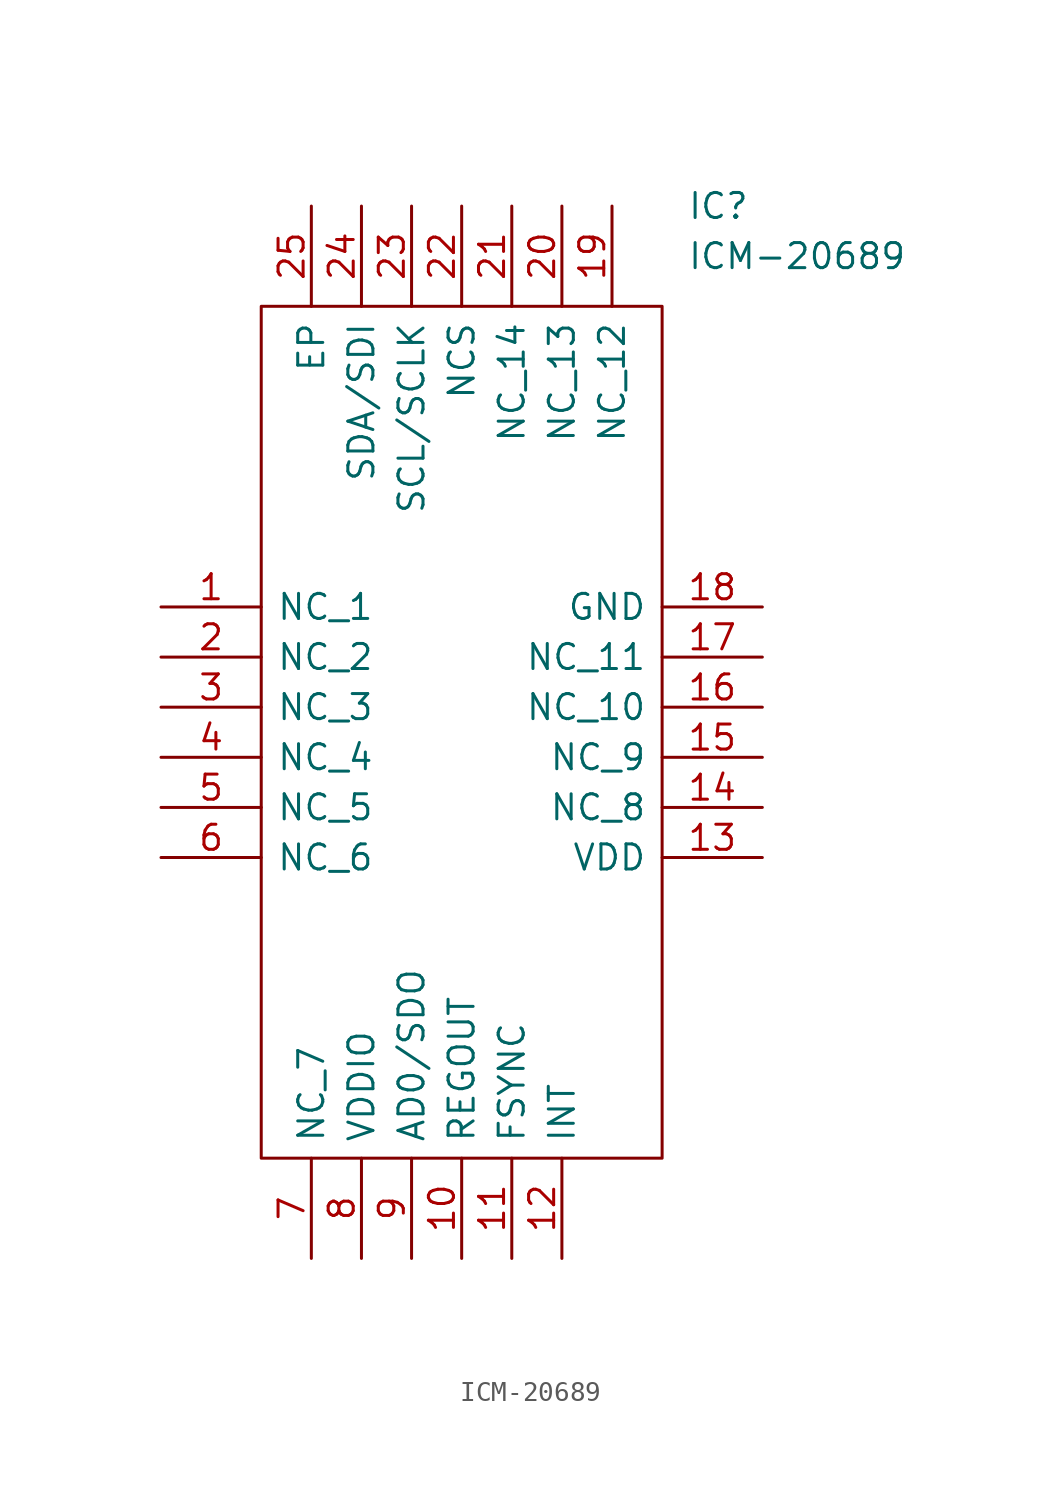
<source format=kicad_sym>
(kicad_symbol_lib
  (version 20211014)
  (generator kicad_symbol_editor)
  (symbol "ICM-20689"
    (pin_names
      (offset 0.762))
    (property "Reference" "IC"
      (at 26.67 20.32 0)
      (effects (font (size 1.27 1.27)) (justify left)))
    (property "Value" "ICM-20689"
      (at 26.67 17.78 0)
      (effects (font (size 1.27 1.27)) (justify left)))
    (symbol "ICM-20689_0_0"
      (pin passive line (at 0 0 0) (length 5.08) (name "NC_1" (effects (font (size 1.27 1.27)))) (number "1" (effects (font (size 1.27 1.27)))))
      (pin passive line (at 15.24 -33.02 90) (length 5.08) (name "REGOUT" (effects (font (size 1.27 1.27)))) (number "10" (effects (font (size 1.27 1.27)))))
      (pin passive line (at 17.78 -33.02 90) (length 5.08) (name "FSYNC" (effects (font (size 1.27 1.27)))) (number "11" (effects (font (size 1.27 1.27)))))
      (pin passive line (at 20.32 -33.02 90) (length 5.08) (name "INT" (effects (font (size 1.27 1.27)))) (number "12" (effects (font (size 1.27 1.27)))))
      (pin passive line (at 30.48 -12.7 180) (length 5.08) (name "VDD" (effects (font (size 1.27 1.27)))) (number "13" (effects (font (size 1.27 1.27)))))
      (pin passive line (at 30.48 -10.16 180) (length 5.08) (name "NC_8" (effects (font (size 1.27 1.27)))) (number "14" (effects (font (size 1.27 1.27)))))
      (pin passive line (at 30.48 -7.62 180) (length 5.08) (name "NC_9" (effects (font (size 1.27 1.27)))) (number "15" (effects (font (size 1.27 1.27)))))
      (pin passive line (at 30.48 -5.08 180) (length 5.08) (name "NC_10" (effects (font (size 1.27 1.27)))) (number "16" (effects (font (size 1.27 1.27)))))
      (pin passive line (at 30.48 -2.54 180) (length 5.08) (name "NC_11" (effects (font (size 1.27 1.27)))) (number "17" (effects (font (size 1.27 1.27)))))
      (pin passive line (at 30.48 0 180) (length 5.08) (name "GND" (effects (font (size 1.27 1.27)))) (number "18" (effects (font (size 1.27 1.27)))))
      (pin passive line (at 22.86 20.32 270) (length 5.08) (name "NC_12" (effects (font (size 1.27 1.27)))) (number "19" (effects (font (size 1.27 1.27)))))
      (pin passive line (at 0 -2.54 0) (length 5.08) (name "NC_2" (effects (font (size 1.27 1.27)))) (number "2" (effects (font (size 1.27 1.27)))))
      (pin passive line (at 20.32 20.32 270) (length 5.08) (name "NC_13" (effects (font (size 1.27 1.27)))) (number "20" (effects (font (size 1.27 1.27)))))
      (pin passive line (at 17.78 20.32 270) (length 5.08) (name "NC_14" (effects (font (size 1.27 1.27)))) (number "21" (effects (font (size 1.27 1.27)))))
      (pin passive line (at 15.24 20.32 270) (length 5.08) (name "NCS" (effects (font (size 1.27 1.27)))) (number "22" (effects (font (size 1.27 1.27)))))
      (pin passive line (at 12.7 20.32 270) (length 5.08) (name "SCL/SCLK" (effects (font (size 1.27 1.27)))) (number "23" (effects (font (size 1.27 1.27)))))
      (pin passive line (at 10.16 20.32 270) (length 5.08) (name "SDA/SDI" (effects (font (size 1.27 1.27)))) (number "24" (effects (font (size 1.27 1.27)))))
      (pin passive line (at 7.62 20.32 270) (length 5.08) (name "EP" (effects (font (size 1.27 1.27)))) (number "25" (effects (font (size 1.27 1.27)))))
      (pin passive line (at 0 -5.08 0) (length 5.08) (name "NC_3" (effects (font (size 1.27 1.27)))) (number "3" (effects (font (size 1.27 1.27)))))
      (pin passive line (at 0 -7.62 0) (length 5.08) (name "NC_4" (effects (font (size 1.27 1.27)))) (number "4" (effects (font (size 1.27 1.27)))))
      (pin passive line (at 0 -10.16 0) (length 5.08) (name "NC_5" (effects (font (size 1.27 1.27)))) (number "5" (effects (font (size 1.27 1.27)))))
      (pin passive line (at 0 -12.7 0) (length 5.08) (name "NC_6" (effects (font (size 1.27 1.27)))) (number "6" (effects (font (size 1.27 1.27)))))
      (pin passive line (at 7.62 -33.02 90) (length 5.08) (name "NC_7" (effects (font (size 1.27 1.27)))) (number "7" (effects (font (size 1.27 1.27)))))
      (pin passive line (at 10.16 -33.02 90) (length 5.08) (name "VDDIO" (effects (font (size 1.27 1.27)))) (number "8" (effects (font (size 1.27 1.27)))))
      (pin passive line (at 12.7 -33.02 90) (length 5.08) (name "AD0/SDO" (effects (font (size 1.27 1.27)))) (number "9" (effects (font (size 1.27 1.27))))))
    (symbol "ICM-20689_0_1"
      (polyline (pts (xy 5.08 15.24) (xy 25.4 15.24) (xy 25.4 -27.94) (xy 5.08 -27.94) (xy 5.08 15.24)) (stroke (width 0.152) (type default) (color 0 0 0 0)) (fill (type none))))))
</source>
